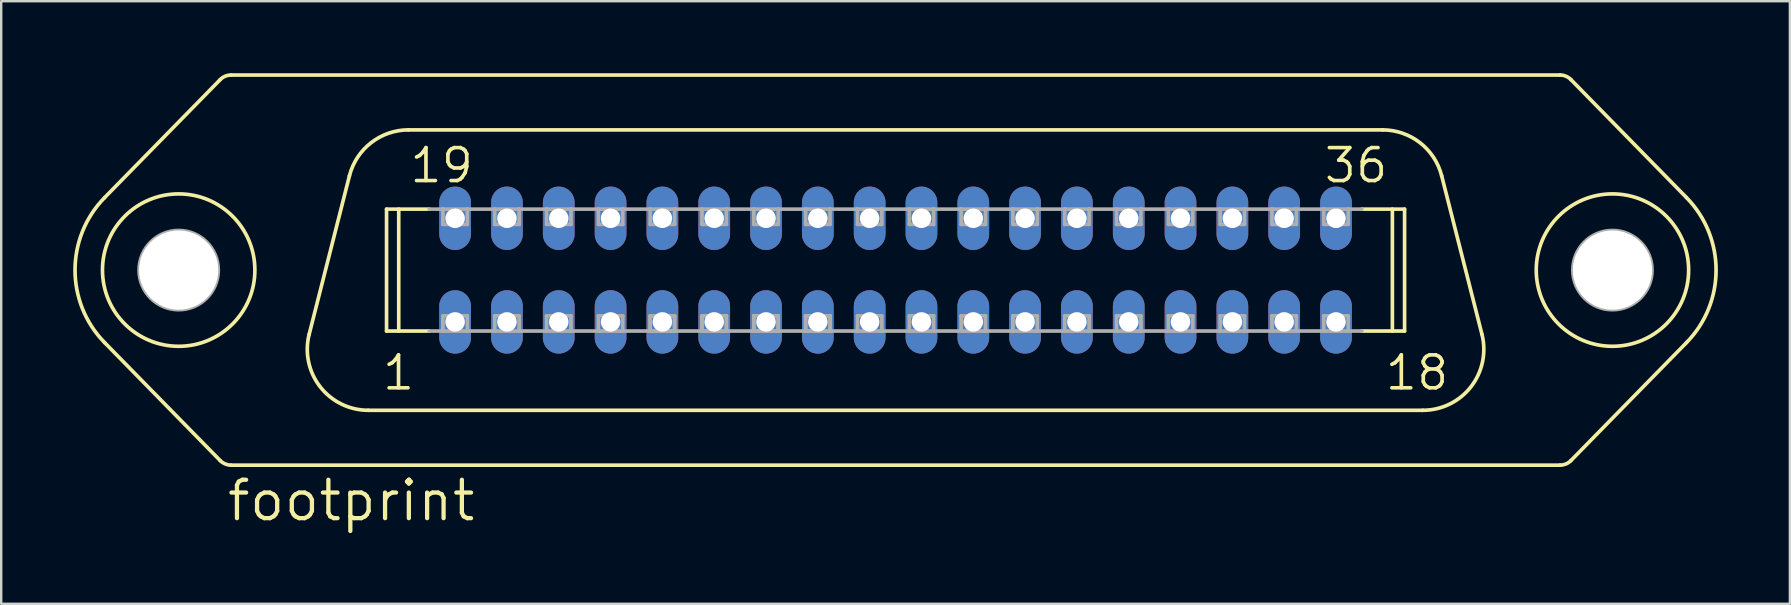
<source format=kicad_pcb>
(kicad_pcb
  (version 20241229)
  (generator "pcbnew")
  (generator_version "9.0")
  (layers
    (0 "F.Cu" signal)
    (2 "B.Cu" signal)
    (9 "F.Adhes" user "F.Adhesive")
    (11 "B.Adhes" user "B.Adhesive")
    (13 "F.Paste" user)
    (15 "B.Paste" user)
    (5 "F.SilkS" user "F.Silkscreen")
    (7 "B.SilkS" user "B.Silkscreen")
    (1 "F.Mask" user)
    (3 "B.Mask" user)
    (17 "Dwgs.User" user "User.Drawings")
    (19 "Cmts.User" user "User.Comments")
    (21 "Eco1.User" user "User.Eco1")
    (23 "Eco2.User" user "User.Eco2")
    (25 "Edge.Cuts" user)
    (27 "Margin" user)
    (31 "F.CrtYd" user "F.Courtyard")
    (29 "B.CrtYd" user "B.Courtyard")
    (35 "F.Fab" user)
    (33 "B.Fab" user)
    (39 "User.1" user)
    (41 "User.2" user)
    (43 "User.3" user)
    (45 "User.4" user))
  (footprint "footprint"
    (layer "F.Cu")
    (at 34.265 8.204)
    (property "Reference" "footprint" (at -27.94 10.541 0) (layer "F.SilkS") (effects (font (size 1.6 1.6) (thickness 0.178)) (justify left bottom)))
    (fp_line (start -28.14 -7.937) (end -32.955 -3.022) (stroke (width 0.152) (type solid)) (layer "F.SilkS"))
    (fp_line (start -28.14 7.937) (end -32.955 3.022) (stroke (width 0.152) (type solid)) (layer "F.SilkS"))
    (fp_line (start -27.686 -8.128) (end 27.686 -8.128) (stroke (width 0.152) (type solid)) (layer "F.SilkS"))
    (fp_line (start -27.686 8.128) (end 27.686 8.128) (stroke (width 0.152) (type solid)) (layer "F.SilkS"))
    (fp_line (start -22.755 -3.928) (end -24.433 2.676) (stroke (width 0.152) (type solid)) (layer "F.SilkS"))
    (fp_line (start -21.971 5.842) (end 21.971 5.842) (stroke (width 0.152) (type solid)) (layer "F.SilkS"))
    (fp_line (start -21.209 -2.54) (end -19.429 -2.54) (stroke (width 0.152) (type solid)) (layer "F.SilkS"))
    (fp_line (start -21.209 2.54) (end -21.209 -2.54) (stroke (width 0.152) (type solid)) (layer "F.SilkS"))
    (fp_line (start -21.209 2.54) (end -19.429 2.54) (stroke (width 0.152) (type solid)) (layer "F.SilkS"))
    (fp_line (start -20.701 2.54) (end -20.701 -2.54) (stroke (width 0.152) (type solid)) (layer "F.SilkS"))
    (fp_line (start -20.293 -5.842) (end 20.293 -5.842) (stroke (width 0.152) (type solid)) (layer "F.SilkS"))
    (fp_line (start 19.429 -2.54) (end 21.209 -2.54) (stroke (width 0.152) (type solid)) (layer "F.SilkS"))
    (fp_line (start 19.429 2.54) (end 21.209 2.54) (stroke (width 0.152) (type solid)) (layer "F.SilkS"))
    (fp_line (start 20.701 2.54) (end 20.701 -2.54) (stroke (width 0.152) (type solid)) (layer "F.SilkS"))
    (fp_line (start 21.209 2.54) (end 21.209 -2.54) (stroke (width 0.152) (type solid)) (layer "F.SilkS"))
    (fp_line (start 22.755 -3.928) (end 24.433 2.676) (stroke (width 0.152) (type solid)) (layer "F.SilkS"))
    (fp_line (start 28.14 -7.937) (end 32.955 -3.022) (stroke (width 0.152) (type solid)) (layer "F.SilkS"))
    (fp_line (start 28.14 7.937) (end 32.955 3.022) (stroke (width 0.152) (type solid)) (layer "F.SilkS"))
    (fp_arc (start -32.954999 3.022001) (mid -34.188365 0.000401) (end -32.955 -3.0212) (stroke (width 0.1524) (type solid)) (layer "F.SilkS"))
    (fp_arc (start -28.14 -7.937) (mid -27.93241 -8.078018) (end -27.6864 -8.1276) (stroke (width 0.1524) (type solid)) (layer "F.SilkS"))
    (fp_arc (start -27.6864 8.1276) (mid -27.93241 8.078018) (end -28.14 7.937) (stroke (width 0.1524) (type solid)) (layer "F.SilkS"))
    (fp_arc (start -22.755 -3.928) (mid -21.852487 -5.307487) (end -20.293199 -5.842401) (stroke (width 0.1524) (type solid)) (layer "F.SilkS"))
    (fp_arc (start -21.971198 5.8416) (mid -23.976285 4.860864) (end -24.433 2.676) (stroke (width 0.1524) (type solid)) (layer "F.SilkS"))
    (fp_arc (start 20.293 -5.842) (mid 21.852288 -5.307086) (end 22.7548 -3.927599) (stroke (width 0.1524) (type solid)) (layer "F.SilkS"))
    (fp_arc (start 24.433 2.675998) (mid 23.976287 4.860862) (end 21.9712 5.8416) (stroke (width 0.1524) (type solid)) (layer "F.SilkS"))
    (fp_arc (start 27.6864 -8.1276) (mid 27.93241 -8.078018) (end 28.14 -7.937) (stroke (width 0.1524) (type solid)) (layer "F.SilkS"))
    (fp_arc (start 28.14 7.937) (mid 27.93241 8.078018) (end 27.6864 8.1276) (stroke (width 0.1524) (type solid)) (layer "F.SilkS"))
    (fp_arc (start 32.954999 -3.021201) (mid 34.188365 0.000399) (end 32.955 3.022) (stroke (width 0.1524) (type solid)) (layer "F.SilkS"))
    (fp_circle (center -29.87 0) (end -26.695 0) (stroke (width 0.152) (type solid)) (fill no) (layer "F.SilkS"))
    (fp_circle (center 29.87 0) (end 33.045 0) (stroke (width 0.152) (type solid)) (fill no) (layer "F.SilkS"))
    (fp_line (start -19.429 -2.54) (end -18.86 -2.54) (stroke (width 0.152) (type solid)) (layer "F.Fab"))
    (fp_line (start -19.429 2.54) (end -18.86 2.54) (stroke (width 0.152) (type solid)) (layer "F.Fab"))
    (fp_line (start -18.86 -2.54) (end -17.843 -2.54) (stroke (width 0.152) (type solid)) (layer "F.Fab"))
    (fp_line (start -18.86 -1.905) (end -18.86 -2.54) (stroke (width 0.152) (type solid)) (layer "F.Fab"))
    (fp_line (start -18.86 1.905) (end -17.843 1.905) (stroke (width 0.152) (type solid)) (layer "F.Fab"))
    (fp_line (start -18.86 2.54) (end -18.86 1.905) (stroke (width 0.152) (type solid)) (layer "F.Fab"))
    (fp_line (start -17.843 -2.54) (end -17.843 -1.905) (stroke (width 0.152) (type solid)) (layer "F.Fab"))
    (fp_line (start -17.843 -2.54) (end -16.701 -2.54) (stroke (width 0.152) (type solid)) (layer "F.Fab"))
    (fp_line (start -17.843 -1.905) (end -18.86 -1.905) (stroke (width 0.152) (type solid)) (layer "F.Fab"))
    (fp_line (start -17.843 1.905) (end -17.843 2.54) (stroke (width 0.152) (type solid)) (layer "F.Fab"))
    (fp_line (start -17.843 2.54) (end -18.86 2.54) (stroke (width 0.152) (type solid)) (layer "F.Fab"))
    (fp_line (start -17.843 2.54) (end -16.701 2.54) (stroke (width 0.152) (type solid)) (layer "F.Fab"))
    (fp_line (start -16.701 -2.54) (end -15.684 -2.54) (stroke (width 0.152) (type solid)) (layer "F.Fab"))
    (fp_line (start -16.701 -1.905) (end -16.701 -2.54) (stroke (width 0.152) (type solid)) (layer "F.Fab"))
    (fp_line (start -16.701 1.905) (end -15.684 1.905) (stroke (width 0.152) (type solid)) (layer "F.Fab"))
    (fp_line (start -16.701 2.54) (end -16.701 1.905) (stroke (width 0.152) (type solid)) (layer "F.Fab"))
    (fp_line (start -15.684 -2.54) (end -15.684 -1.905) (stroke (width 0.152) (type solid)) (layer "F.Fab"))
    (fp_line (start -15.684 -2.54) (end -14.541 -2.54) (stroke (width 0.152) (type solid)) (layer "F.Fab"))
    (fp_line (start -15.684 -1.905) (end -16.701 -1.905) (stroke (width 0.152) (type solid)) (layer "F.Fab"))
    (fp_line (start -15.684 1.905) (end -15.684 2.54) (stroke (width 0.152) (type solid)) (layer "F.Fab"))
    (fp_line (start -15.684 2.54) (end -16.701 2.54) (stroke (width 0.152) (type solid)) (layer "F.Fab"))
    (fp_line (start -15.684 2.54) (end -14.541 2.54) (stroke (width 0.152) (type solid)) (layer "F.Fab"))
    (fp_line (start -14.541 -2.54) (end -13.525 -2.54) (stroke (width 0.152) (type solid)) (layer "F.Fab"))
    (fp_line (start -14.541 -1.905) (end -14.541 -2.54) (stroke (width 0.152) (type solid)) (layer "F.Fab"))
    (fp_line (start -14.541 1.905) (end -13.525 1.905) (stroke (width 0.152) (type solid)) (layer "F.Fab"))
    (fp_line (start -14.541 2.54) (end -14.541 1.905) (stroke (width 0.152) (type solid)) (layer "F.Fab"))
    (fp_line (start -13.525 -2.54) (end -13.525 -1.905) (stroke (width 0.152) (type solid)) (layer "F.Fab"))
    (fp_line (start -13.525 -2.54) (end -12.383 -2.54) (stroke (width 0.152) (type solid)) (layer "F.Fab"))
    (fp_line (start -13.525 -1.905) (end -14.541 -1.905) (stroke (width 0.152) (type solid)) (layer "F.Fab"))
    (fp_line (start -13.525 1.905) (end -13.525 2.54) (stroke (width 0.152) (type solid)) (layer "F.Fab"))
    (fp_line (start -13.525 2.54) (end -14.541 2.54) (stroke (width 0.152) (type solid)) (layer "F.Fab"))
    (fp_line (start -13.525 2.54) (end -12.383 2.54) (stroke (width 0.152) (type solid)) (layer "F.Fab"))
    (fp_line (start -12.383 -2.54) (end -11.367 -2.54) (stroke (width 0.152) (type solid)) (layer "F.Fab"))
    (fp_line (start -12.383 -1.905) (end -12.383 -2.54) (stroke (width 0.152) (type solid)) (layer "F.Fab"))
    (fp_line (start -12.383 1.905) (end -11.367 1.905) (stroke (width 0.152) (type solid)) (layer "F.Fab"))
    (fp_line (start -12.383 2.54) (end -12.383 1.905) (stroke (width 0.152) (type solid)) (layer "F.Fab"))
    (fp_line (start -11.367 -2.54) (end -11.367 -1.905) (stroke (width 0.152) (type solid)) (layer "F.Fab"))
    (fp_line (start -11.367 -2.54) (end -10.223 -2.54) (stroke (width 0.152) (type solid)) (layer "F.Fab"))
    (fp_line (start -11.367 -1.905) (end -12.383 -1.905) (stroke (width 0.152) (type solid)) (layer "F.Fab"))
    (fp_line (start -11.367 1.905) (end -11.367 2.54) (stroke (width 0.152) (type solid)) (layer "F.Fab"))
    (fp_line (start -11.367 2.54) (end -12.383 2.54) (stroke (width 0.152) (type solid)) (layer "F.Fab"))
    (fp_line (start -11.367 2.54) (end -10.223 2.54) (stroke (width 0.152) (type solid)) (layer "F.Fab"))
    (fp_line (start -10.223 -2.54) (end -9.207 -2.54) (stroke (width 0.152) (type solid)) (layer "F.Fab"))
    (fp_line (start -10.223 -1.905) (end -10.223 -2.54) (stroke (width 0.152) (type solid)) (layer "F.Fab"))
    (fp_line (start -10.223 1.905) (end -9.207 1.905) (stroke (width 0.152) (type solid)) (layer "F.Fab"))
    (fp_line (start -10.223 1.905) (end -9.207 1.905) (stroke (width 0.152) (type solid)) (layer "F.Fab"))
    (fp_line (start -10.223 2.54) (end -10.223 1.905) (stroke (width 0.152) (type solid)) (layer "F.Fab"))
    (fp_line (start -10.223 2.54) (end -10.223 1.905) (stroke (width 0.152) (type solid)) (layer "F.Fab"))
    (fp_line (start -9.207 -2.54) (end -9.207 -1.905) (stroke (width 0.152) (type solid)) (layer "F.Fab"))
    (fp_line (start -9.207 -2.54) (end -8.065 -2.54) (stroke (width 0.152) (type solid)) (layer "F.Fab"))
    (fp_line (start -9.207 -1.905) (end -10.223 -1.905) (stroke (width 0.152) (type solid)) (layer "F.Fab"))
    (fp_line (start -9.207 1.905) (end -9.207 2.54) (stroke (width 0.152) (type solid)) (layer "F.Fab"))
    (fp_line (start -9.207 1.905) (end -9.207 2.54) (stroke (width 0.152) (type solid)) (layer "F.Fab"))
    (fp_line (start -9.207 2.54) (end -10.223 2.54) (stroke (width 0.152) (type solid)) (layer "F.Fab"))
    (fp_line (start -9.207 2.54) (end -10.223 2.54) (stroke (width 0.152) (type solid)) (layer "F.Fab"))
    (fp_line (start -9.207 2.54) (end -8.065 2.54) (stroke (width 0.152) (type solid)) (layer "F.Fab"))
    (fp_line (start -8.065 -2.54) (end -7.048 -2.54) (stroke (width 0.152) (type solid)) (layer "F.Fab"))
    (fp_line (start -8.065 -1.905) (end -8.065 -2.54) (stroke (width 0.152) (type solid)) (layer "F.Fab"))
    (fp_line (start -8.065 1.905) (end -7.048 1.905) (stroke (width 0.152) (type solid)) (layer "F.Fab"))
    (fp_line (start -8.065 1.905) (end -7.048 1.905) (stroke (width 0.152) (type solid)) (layer "F.Fab"))
    (fp_line (start -8.065 2.54) (end -8.065 1.905) (stroke (width 0.152) (type solid)) (layer "F.Fab"))
    (fp_line (start -8.065 2.54) (end -8.065 1.905) (stroke (width 0.152) (type solid)) (layer "F.Fab"))
    (fp_line (start -7.048 -2.54) (end -7.048 -1.905) (stroke (width 0.152) (type solid)) (layer "F.Fab"))
    (fp_line (start -7.048 -2.54) (end -5.905 -2.54) (stroke (width 0.152) (type solid)) (layer "F.Fab"))
    (fp_line (start -7.048 -1.905) (end -8.065 -1.905) (stroke (width 0.152) (type solid)) (layer "F.Fab"))
    (fp_line (start -7.048 1.905) (end -7.048 2.54) (stroke (width 0.152) (type solid)) (layer "F.Fab"))
    (fp_line (start -7.048 1.905) (end -7.048 2.54) (stroke (width 0.152) (type solid)) (layer "F.Fab"))
    (fp_line (start -7.048 2.54) (end -8.065 2.54) (stroke (width 0.152) (type solid)) (layer "F.Fab"))
    (fp_line (start -7.048 2.54) (end -8.065 2.54) (stroke (width 0.152) (type solid)) (layer "F.Fab"))
    (fp_line (start -7.048 2.54) (end -5.905 2.54) (stroke (width 0.152) (type solid)) (layer "F.Fab"))
    (fp_line (start -5.905 -2.54) (end -4.889 -2.54) (stroke (width 0.152) (type solid)) (layer "F.Fab"))
    (fp_line (start -5.905 -1.905) (end -5.905 -2.54) (stroke (width 0.152) (type solid)) (layer "F.Fab"))
    (fp_line (start -5.905 1.905) (end -4.889 1.905) (stroke (width 0.152) (type solid)) (layer "F.Fab"))
    (fp_line (start -5.905 1.905) (end -4.889 1.905) (stroke (width 0.152) (type solid)) (layer "F.Fab"))
    (fp_line (start -5.905 2.54) (end -5.905 1.905) (stroke (width 0.152) (type solid)) (layer "F.Fab"))
    (fp_line (start -5.905 2.54) (end -5.905 1.905) (stroke (width 0.152) (type solid)) (layer "F.Fab"))
    (fp_line (start -4.889 -2.54) (end -4.889 -1.905) (stroke (width 0.152) (type solid)) (layer "F.Fab"))
    (fp_line (start -4.889 -2.54) (end -3.747 -2.54) (stroke (width 0.152) (type solid)) (layer "F.Fab"))
    (fp_line (start -4.889 -1.905) (end -5.905 -1.905) (stroke (width 0.152) (type solid)) (layer "F.Fab"))
    (fp_line (start -4.889 1.905) (end -4.889 2.54) (stroke (width 0.152) (type solid)) (layer "F.Fab"))
    (fp_line (start -4.889 1.905) (end -4.889 2.54) (stroke (width 0.152) (type solid)) (layer "F.Fab"))
    (fp_line (start -4.889 2.54) (end -5.905 2.54) (stroke (width 0.152) (type solid)) (layer "F.Fab"))
    (fp_line (start -4.889 2.54) (end -5.905 2.54) (stroke (width 0.152) (type solid)) (layer "F.Fab"))
    (fp_line (start -4.889 2.54) (end -3.747 2.54) (stroke (width 0.152) (type solid)) (layer "F.Fab"))
    (fp_line (start -3.747 -2.54) (end -2.731 -2.54) (stroke (width 0.152) (type solid)) (layer "F.Fab"))
    (fp_line (start -3.747 -1.905) (end -3.747 -2.54) (stroke (width 0.152) (type solid)) (layer "F.Fab"))
    (fp_line (start -3.747 1.905) (end -2.731 1.905) (stroke (width 0.152) (type solid)) (layer "F.Fab"))
    (fp_line (start -3.747 1.905) (end -2.731 1.905) (stroke (width 0.152) (type solid)) (layer "F.Fab"))
    (fp_line (start -3.747 2.54) (end -3.747 1.905) (stroke (width 0.152) (type solid)) (layer "F.Fab"))
    (fp_line (start -3.747 2.54) (end -3.747 1.905) (stroke (width 0.152) (type solid)) (layer "F.Fab"))
    (fp_line (start -2.731 -2.54) (end -2.731 -1.905) (stroke (width 0.152) (type solid)) (layer "F.Fab"))
    (fp_line (start -2.731 -2.54) (end -1.587 -2.54) (stroke (width 0.152) (type solid)) (layer "F.Fab"))
    (fp_line (start -2.731 -1.905) (end -3.747 -1.905) (stroke (width 0.152) (type solid)) (layer "F.Fab"))
    (fp_line (start -2.731 1.905) (end -2.731 2.54) (stroke (width 0.152) (type solid)) (layer "F.Fab"))
    (fp_line (start -2.731 1.905) (end -2.731 2.54) (stroke (width 0.152) (type solid)) (layer "F.Fab"))
    (fp_line (start -2.731 2.54) (end -3.747 2.54) (stroke (width 0.152) (type solid)) (layer "F.Fab"))
    (fp_line (start -2.731 2.54) (end -3.747 2.54) (stroke (width 0.152) (type solid)) (layer "F.Fab"))
    (fp_line (start -2.731 2.54) (end -1.587 2.54) (stroke (width 0.152) (type solid)) (layer "F.Fab"))
    (fp_line (start -1.587 -2.54) (end -0.572 -2.54) (stroke (width 0.152) (type solid)) (layer "F.Fab"))
    (fp_line (start -1.587 -1.905) (end -1.587 -2.54) (stroke (width 0.152) (type solid)) (layer "F.Fab"))
    (fp_line (start -1.587 1.905) (end -0.572 1.905) (stroke (width 0.152) (type solid)) (layer "F.Fab"))
    (fp_line (start -1.587 2.54) (end -1.587 1.905) (stroke (width 0.152) (type solid)) (layer "F.Fab"))
    (fp_line (start -0.572 -2.54) (end -0.572 -1.905) (stroke (width 0.152) (type solid)) (layer "F.Fab"))
    (fp_line (start -0.572 -2.54) (end 0.572 -2.54) (stroke (width 0.152) (type solid)) (layer "F.Fab"))
    (fp_line (start -0.572 -1.905) (end -1.587 -1.905) (stroke (width 0.152) (type solid)) (layer "F.Fab"))
    (fp_line (start -0.572 1.905) (end -0.572 2.54) (stroke (width 0.152) (type solid)) (layer "F.Fab"))
    (fp_line (start -0.572 2.54) (end -1.587 2.54) (stroke (width 0.152) (type solid)) (layer "F.Fab"))
    (fp_line (start -0.572 2.54) (end 0.572 2.54) (stroke (width 0.152) (type solid)) (layer "F.Fab"))
    (fp_line (start 0.572 -2.54) (end 1.587 -2.54) (stroke (width 0.152) (type solid)) (layer "F.Fab"))
    (fp_line (start 0.572 -1.905) (end 0.572 -2.54) (stroke (width 0.152) (type solid)) (layer "F.Fab"))
    (fp_line (start 0.572 1.905) (end 1.587 1.905) (stroke (width 0.152) (type solid)) (layer "F.Fab"))
    (fp_line (start 0.572 2.54) (end 0.572 1.905) (stroke (width 0.152) (type solid)) (layer "F.Fab"))
    (fp_line (start 1.587 -2.54) (end 1.587 -1.905) (stroke (width 0.152) (type solid)) (layer "F.Fab"))
    (fp_line (start 1.587 -2.54) (end 2.731 -2.54) (stroke (width 0.152) (type solid)) (layer "F.Fab"))
    (fp_line (start 1.587 -1.905) (end 0.572 -1.905) (stroke (width 0.152) (type solid)) (layer "F.Fab"))
    (fp_line (start 1.587 1.905) (end 1.587 2.54) (stroke (width 0.152) (type solid)) (layer "F.Fab"))
    (fp_line (start 1.587 2.54) (end 0.572 2.54) (stroke (width 0.152) (type solid)) (layer "F.Fab"))
    (fp_line (start 1.587 2.54) (end 2.731 2.54) (stroke (width 0.152) (type solid)) (layer "F.Fab"))
    (fp_line (start 2.731 -2.54) (end 3.747 -2.54) (stroke (width 0.152) (type solid)) (layer "F.Fab"))
    (fp_line (start 2.731 -1.905) (end 2.731 -2.54) (stroke (width 0.152) (type solid)) (layer "F.Fab"))
    (fp_line (start 2.731 1.905) (end 3.747 1.905) (stroke (width 0.152) (type solid)) (layer "F.Fab"))
    (fp_line (start 2.731 2.54) (end 2.731 1.905) (stroke (width 0.152) (type solid)) (layer "F.Fab"))
    (fp_line (start 3.747 -2.54) (end 3.747 -1.905) (stroke (width 0.152) (type solid)) (layer "F.Fab"))
    (fp_line (start 3.747 -2.54) (end 4.889 -2.54) (stroke (width 0.152) (type solid)) (layer "F.Fab"))
    (fp_line (start 3.747 -1.905) (end 2.731 -1.905) (stroke (width 0.152) (type solid)) (layer "F.Fab"))
    (fp_line (start 3.747 1.905) (end 3.747 2.54) (stroke (width 0.152) (type solid)) (layer "F.Fab"))
    (fp_line (start 3.747 2.54) (end 2.731 2.54) (stroke (width 0.152) (type solid)) (layer "F.Fab"))
    (fp_line (start 3.747 2.54) (end 4.889 2.54) (stroke (width 0.152) (type solid)) (layer "F.Fab"))
    (fp_line (start 4.889 -2.54) (end 5.905 -2.54) (stroke (width 0.152) (type solid)) (layer "F.Fab"))
    (fp_line (start 4.889 -1.905) (end 4.889 -2.54) (stroke (width 0.152) (type solid)) (layer "F.Fab"))
    (fp_line (start 4.889 1.905) (end 5.905 1.905) (stroke (width 0.152) (type solid)) (layer "F.Fab"))
    (fp_line (start 4.889 2.54) (end 4.889 1.905) (stroke (width 0.152) (type solid)) (layer "F.Fab"))
    (fp_line (start 5.905 -2.54) (end 5.905 -1.905) (stroke (width 0.152) (type solid)) (layer "F.Fab"))
    (fp_line (start 5.905 -2.54) (end 7.048 -2.54) (stroke (width 0.152) (type solid)) (layer "F.Fab"))
    (fp_line (start 5.905 -1.905) (end 4.889 -1.905) (stroke (width 0.152) (type solid)) (layer "F.Fab"))
    (fp_line (start 5.905 1.905) (end 5.905 2.54) (stroke (width 0.152) (type solid)) (layer "F.Fab"))
    (fp_line (start 5.905 2.54) (end 4.889 2.54) (stroke (width 0.152) (type solid)) (layer "F.Fab"))
    (fp_line (start 5.905 2.54) (end 7.048 2.54) (stroke (width 0.152) (type solid)) (layer "F.Fab"))
    (fp_line (start 7.048 -2.54) (end 8.065 -2.54) (stroke (width 0.152) (type solid)) (layer "F.Fab"))
    (fp_line (start 7.048 -1.905) (end 7.048 -2.54) (stroke (width 0.152) (type solid)) (layer "F.Fab"))
    (fp_line (start 7.048 1.905) (end 8.065 1.905) (stroke (width 0.152) (type solid)) (layer "F.Fab"))
    (fp_line (start 7.048 2.54) (end 7.048 1.905) (stroke (width 0.152) (type solid)) (layer "F.Fab"))
    (fp_line (start 8.065 -2.54) (end 8.065 -1.905) (stroke (width 0.152) (type solid)) (layer "F.Fab"))
    (fp_line (start 8.065 -2.54) (end 9.207 -2.54) (stroke (width 0.152) (type solid)) (layer "F.Fab"))
    (fp_line (start 8.065 -1.905) (end 7.048 -1.905) (stroke (width 0.152) (type solid)) (layer "F.Fab"))
    (fp_line (start 8.065 1.905) (end 8.065 2.54) (stroke (width 0.152) (type solid)) (layer "F.Fab"))
    (fp_line (start 8.065 2.54) (end 7.048 2.54) (stroke (width 0.152) (type solid)) (layer "F.Fab"))
    (fp_line (start 8.065 2.54) (end 9.207 2.54) (stroke (width 0.152) (type solid)) (layer "F.Fab"))
    (fp_line (start 9.207 -2.54) (end 10.223 -2.54) (stroke (width 0.152) (type solid)) (layer "F.Fab"))
    (fp_line (start 9.207 -1.905) (end 9.207 -2.54) (stroke (width 0.152) (type solid)) (layer "F.Fab"))
    (fp_line (start 9.207 1.905) (end 10.223 1.905) (stroke (width 0.152) (type solid)) (layer "F.Fab"))
    (fp_line (start 9.207 2.54) (end 9.207 1.905) (stroke (width 0.152) (type solid)) (layer "F.Fab"))
    (fp_line (start 10.223 -2.54) (end 10.223 -1.905) (stroke (width 0.152) (type solid)) (layer "F.Fab"))
    (fp_line (start 10.223 -2.54) (end 11.367 -2.54) (stroke (width 0.152) (type solid)) (layer "F.Fab"))
    (fp_line (start 10.223 -1.905) (end 9.207 -1.905) (stroke (width 0.152) (type solid)) (layer "F.Fab"))
    (fp_line (start 10.223 1.905) (end 10.223 2.54) (stroke (width 0.152) (type solid)) (layer "F.Fab"))
    (fp_line (start 10.223 2.54) (end 9.207 2.54) (stroke (width 0.152) (type solid)) (layer "F.Fab"))
    (fp_line (start 10.223 2.54) (end 11.367 2.54) (stroke (width 0.152) (type solid)) (layer "F.Fab"))
    (fp_line (start 11.367 -2.54) (end 12.383 -2.54) (stroke (width 0.152) (type solid)) (layer "F.Fab"))
    (fp_line (start 11.367 -1.905) (end 11.367 -2.54) (stroke (width 0.152) (type solid)) (layer "F.Fab"))
    (fp_line (start 11.367 1.905) (end 12.383 1.905) (stroke (width 0.152) (type solid)) (layer "F.Fab"))
    (fp_line (start 11.367 2.54) (end 11.367 1.905) (stroke (width 0.152) (type solid)) (layer "F.Fab"))
    (fp_line (start 12.383 -2.54) (end 12.383 -1.905) (stroke (width 0.152) (type solid)) (layer "F.Fab"))
    (fp_line (start 12.383 -2.54) (end 13.525 -2.54) (stroke (width 0.152) (type solid)) (layer "F.Fab"))
    (fp_line (start 12.383 -1.905) (end 11.367 -1.905) (stroke (width 0.152) (type solid)) (layer "F.Fab"))
    (fp_line (start 12.383 1.905) (end 12.383 2.54) (stroke (width 0.152) (type solid)) (layer "F.Fab"))
    (fp_line (start 12.383 2.54) (end 11.367 2.54) (stroke (width 0.152) (type solid)) (layer "F.Fab"))
    (fp_line (start 12.383 2.54) (end 13.525 2.54) (stroke (width 0.152) (type solid)) (layer "F.Fab"))
    (fp_line (start 13.525 -2.54) (end 14.541 -2.54) (stroke (width 0.152) (type solid)) (layer "F.Fab"))
    (fp_line (start 13.525 -1.905) (end 13.525 -2.54) (stroke (width 0.152) (type solid)) (layer "F.Fab"))
    (fp_line (start 13.525 1.905) (end 14.541 1.905) (stroke (width 0.152) (type solid)) (layer "F.Fab"))
    (fp_line (start 13.525 2.54) (end 13.525 1.905) (stroke (width 0.152) (type solid)) (layer "F.Fab"))
    (fp_line (start 14.541 -2.54) (end 14.541 -1.905) (stroke (width 0.152) (type solid)) (layer "F.Fab"))
    (fp_line (start 14.541 -2.54) (end 15.684 -2.54) (stroke (width 0.152) (type solid)) (layer "F.Fab"))
    (fp_line (start 14.541 -1.905) (end 13.525 -1.905) (stroke (width 0.152) (type solid)) (layer "F.Fab"))
    (fp_line (start 14.541 1.905) (end 14.541 2.54) (stroke (width 0.152) (type solid)) (layer "F.Fab"))
    (fp_line (start 14.541 2.54) (end 13.525 2.54) (stroke (width 0.152) (type solid)) (layer "F.Fab"))
    (fp_line (start 14.541 2.54) (end 15.684 2.54) (stroke (width 0.152) (type solid)) (layer "F.Fab"))
    (fp_line (start 15.684 -2.54) (end 16.701 -2.54) (stroke (width 0.152) (type solid)) (layer "F.Fab"))
    (fp_line (start 15.684 -1.905) (end 15.684 -2.54) (stroke (width 0.152) (type solid)) (layer "F.Fab"))
    (fp_line (start 15.684 1.905) (end 16.701 1.905) (stroke (width 0.152) (type solid)) (layer "F.Fab"))
    (fp_line (start 15.684 2.54) (end 15.684 1.905) (stroke (width 0.152) (type solid)) (layer "F.Fab"))
    (fp_line (start 16.701 -2.54) (end 16.701 -1.905) (stroke (width 0.152) (type solid)) (layer "F.Fab"))
    (fp_line (start 16.701 -2.54) (end 17.843 -2.54) (stroke (width 0.152) (type solid)) (layer "F.Fab"))
    (fp_line (start 16.701 -1.905) (end 15.684 -1.905) (stroke (width 0.152) (type solid)) (layer "F.Fab"))
    (fp_line (start 16.701 1.905) (end 16.701 2.54) (stroke (width 0.152) (type solid)) (layer "F.Fab"))
    (fp_line (start 16.701 2.54) (end 15.684 2.54) (stroke (width 0.152) (type solid)) (layer "F.Fab"))
    (fp_line (start 16.701 2.54) (end 17.843 2.54) (stroke (width 0.152) (type solid)) (layer "F.Fab"))
    (fp_line (start 17.843 -2.54) (end 18.86 -2.54) (stroke (width 0.152) (type solid)) (layer "F.Fab"))
    (fp_line (start 17.843 -1.905) (end 17.843 -2.54) (stroke (width 0.152) (type solid)) (layer "F.Fab"))
    (fp_line (start 17.843 1.905) (end 18.86 1.905) (stroke (width 0.152) (type solid)) (layer "F.Fab"))
    (fp_line (start 17.843 2.54) (end 17.843 1.905) (stroke (width 0.152) (type solid)) (layer "F.Fab"))
    (fp_line (start 18.86 -2.54) (end 18.86 -1.905) (stroke (width 0.152) (type solid)) (layer "F.Fab"))
    (fp_line (start 18.86 -2.54) (end 19.429 -2.54) (stroke (width 0.152) (type solid)) (layer "F.Fab"))
    (fp_line (start 18.86 -1.905) (end 17.843 -1.905) (stroke (width 0.152) (type solid)) (layer "F.Fab"))
    (fp_line (start 18.86 1.905) (end 18.86 2.54) (stroke (width 0.152) (type solid)) (layer "F.Fab"))
    (fp_line (start 18.86 2.54) (end 17.843 2.54) (stroke (width 0.152) (type solid)) (layer "F.Fab"))
    (fp_line (start 18.86 2.54) (end 19.429 2.54) (stroke (width 0.152) (type solid)) (layer "F.Fab"))
    (fp_circle (center -29.87 0) (end -28.219 0) (stroke (width 0.152) (type solid)) (fill no) (layer "F.Fab"))
    (fp_circle (center 29.87 0) (end 31.521 0) (stroke (width 0.152) (type solid)) (fill no) (layer "F.Fab"))
    (fp_poly (pts (xy -18.86 -1.905) (xy -17.843 -1.905) (xy -17.843 -2.54) (xy -18.86 -2.54)) (stroke (width 0.1) (type solid)) (fill no) (layer "F.Fab"))
    (fp_poly (pts (xy -18.86 2.54) (xy -17.843 2.54) (xy -17.843 1.905) (xy -18.86 1.905)) (stroke (width 0.1) (type solid)) (fill no) (layer "F.Fab"))
    (fp_poly (pts (xy -16.701 -1.905) (xy -15.684 -1.905) (xy -15.684 -2.54) (xy -16.701 -2.54)) (stroke (width 0.1) (type solid)) (fill no) (layer "F.Fab"))
    (fp_poly (pts (xy -16.701 2.54) (xy -15.684 2.54) (xy -15.684 1.905) (xy -16.701 1.905)) (stroke (width 0.1) (type solid)) (fill no) (layer "F.Fab"))
    (fp_poly (pts (xy -14.541 -1.905) (xy -13.525 -1.905) (xy -13.525 -2.54) (xy -14.541 -2.54)) (stroke (width 0.1) (type solid)) (fill no) (layer "F.Fab"))
    (fp_poly (pts (xy -14.541 2.54) (xy -13.525 2.54) (xy -13.525 1.905) (xy -14.541 1.905)) (stroke (width 0.1) (type solid)) (fill no) (layer "F.Fab"))
    (fp_poly (pts (xy -12.383 -1.905) (xy -11.367 -1.905) (xy -11.367 -2.54) (xy -12.383 -2.54)) (stroke (width 0.1) (type solid)) (fill no) (layer "F.Fab"))
    (fp_poly (pts (xy -12.383 2.54) (xy -11.367 2.54) (xy -11.367 1.905) (xy -12.383 1.905)) (stroke (width 0.1) (type solid)) (fill no) (layer "F.Fab"))
    (fp_poly (pts (xy -10.223 -1.905) (xy -9.207 -1.905) (xy -9.207 -2.54) (xy -10.223 -2.54)) (stroke (width 0.1) (type solid)) (fill no) (layer "F.Fab"))
    (fp_poly (pts (xy -10.223 2.54) (xy -9.207 2.54) (xy -9.207 1.905) (xy -10.223 1.905)) (stroke (width 0.1) (type solid)) (fill no) (layer "F.Fab"))
    (fp_poly (pts (xy -8.065 -1.905) (xy -7.048 -1.905) (xy -7.048 -2.54) (xy -8.065 -2.54)) (stroke (width 0.1) (type solid)) (fill no) (layer "F.Fab"))
    (fp_poly (pts (xy -8.065 2.54) (xy -7.048 2.54) (xy -7.048 1.905) (xy -8.065 1.905)) (stroke (width 0.1) (type solid)) (fill no) (layer "F.Fab"))
    (fp_poly (pts (xy -5.905 -1.905) (xy -4.889 -1.905) (xy -4.889 -2.54) (xy -5.905 -2.54)) (stroke (width 0.1) (type solid)) (fill no) (layer "F.Fab"))
    (fp_poly (pts (xy -5.905 2.54) (xy -4.889 2.54) (xy -4.889 1.905) (xy -5.905 1.905)) (stroke (width 0.1) (type solid)) (fill no) (layer "F.Fab"))
    (fp_poly (pts (xy -3.747 -1.905) (xy -2.731 -1.905) (xy -2.731 -2.54) (xy -3.747 -2.54)) (stroke (width 0.1) (type solid)) (fill no) (layer "F.Fab"))
    (fp_poly (pts (xy -3.747 2.54) (xy -2.731 2.54) (xy -2.731 1.905) (xy -3.747 1.905)) (stroke (width 0.1) (type solid)) (fill no) (layer "F.Fab"))
    (fp_poly (pts (xy -1.587 -1.905) (xy -0.572 -1.905) (xy -0.572 -2.54) (xy -1.587 -2.54)) (stroke (width 0.1) (type solid)) (fill no) (layer "F.Fab"))
    (fp_poly (pts (xy -1.587 2.54) (xy -0.572 2.54) (xy -0.572 1.905) (xy -1.587 1.905)) (stroke (width 0.1) (type solid)) (fill no) (layer "F.Fab"))
    (fp_poly (pts (xy 0.572 -1.905) (xy 1.587 -1.905) (xy 1.587 -2.54) (xy 0.572 -2.54)) (stroke (width 0.1) (type solid)) (fill no) (layer "F.Fab"))
    (fp_poly (pts (xy 0.572 2.54) (xy 1.587 2.54) (xy 1.587 1.905) (xy 0.572 1.905)) (stroke (width 0.1) (type solid)) (fill no) (layer "F.Fab"))
    (fp_poly (pts (xy 2.731 -1.905) (xy 3.747 -1.905) (xy 3.747 -2.54) (xy 2.731 -2.54)) (stroke (width 0.1) (type solid)) (fill no) (layer "F.Fab"))
    (fp_poly (pts (xy 2.731 2.54) (xy 3.747 2.54) (xy 3.747 1.905) (xy 2.731 1.905)) (stroke (width 0.1) (type solid)) (fill no) (layer "F.Fab"))
    (fp_poly (pts (xy 4.889 -1.905) (xy 5.905 -1.905) (xy 5.905 -2.54) (xy 4.889 -2.54)) (stroke (width 0.1) (type solid)) (fill no) (layer "F.Fab"))
    (fp_poly (pts (xy 4.889 2.54) (xy 5.905 2.54) (xy 5.905 1.905) (xy 4.889 1.905)) (stroke (width 0.1) (type solid)) (fill no) (layer "F.Fab"))
    (fp_poly (pts (xy 7.048 -1.905) (xy 8.065 -1.905) (xy 8.065 -2.54) (xy 7.048 -2.54)) (stroke (width 0.1) (type solid)) (fill no) (layer "F.Fab"))
    (fp_poly (pts (xy 7.048 2.54) (xy 8.065 2.54) (xy 8.065 1.905) (xy 7.048 1.905)) (stroke (width 0.1) (type solid)) (fill no) (layer "F.Fab"))
    (fp_poly (pts (xy 9.207 -1.905) (xy 10.223 -1.905) (xy 10.223 -2.54) (xy 9.207 -2.54)) (stroke (width 0.1) (type solid)) (fill no) (layer "F.Fab"))
    (fp_poly (pts (xy 9.207 2.54) (xy 10.223 2.54) (xy 10.223 1.905) (xy 9.207 1.905)) (stroke (width 0.1) (type solid)) (fill no) (layer "F.Fab"))
    (fp_poly (pts (xy 11.367 -1.905) (xy 12.383 -1.905) (xy 12.383 -2.54) (xy 11.367 -2.54)) (stroke (width 0.1) (type solid)) (fill no) (layer "F.Fab"))
    (fp_poly (pts (xy 11.367 2.54) (xy 12.383 2.54) (xy 12.383 1.905) (xy 11.367 1.905)) (stroke (width 0.1) (type solid)) (fill no) (layer "F.Fab"))
    (fp_poly (pts (xy 13.525 -1.905) (xy 14.541 -1.905) (xy 14.541 -2.54) (xy 13.525 -2.54)) (stroke (width 0.1) (type solid)) (fill no) (layer "F.Fab"))
    (fp_poly (pts (xy 13.525 2.54) (xy 14.541 2.54) (xy 14.541 1.905) (xy 13.525 1.905)) (stroke (width 0.1) (type solid)) (fill no) (layer "F.Fab"))
    (fp_poly (pts (xy 15.684 -1.905) (xy 16.701 -1.905) (xy 16.701 -2.54) (xy 15.684 -2.54)) (stroke (width 0.1) (type solid)) (fill no) (layer "F.Fab"))
    (fp_poly (pts (xy 15.684 2.54) (xy 16.701 2.54) (xy 16.701 1.905) (xy 15.684 1.905)) (stroke (width 0.1) (type solid)) (fill no) (layer "F.Fab"))
    (fp_poly (pts (xy 17.843 -1.905) (xy 18.86 -1.905) (xy 18.86 -2.54) (xy 17.843 -2.54)) (stroke (width 0.1) (type solid)) (fill no) (layer "F.Fab"))
    (fp_poly (pts (xy 17.843 2.54) (xy 18.86 2.54) (xy 18.86 1.905) (xy 17.843 1.905)) (stroke (width 0.1) (type solid)) (fill no) (layer "F.Fab"))
    (fp_text user "19" (at -20.32 -3.556 0) (layer "F.SilkS") (effects (font (size 1.372 1.372) (thickness 0.152)) (justify left bottom)))
    (fp_text user "18" (at 20.32 5.08 0) (layer "F.SilkS") (effects (font (size 1.372 1.372) (thickness 0.152)) (justify left bottom)))
    (fp_text user "1" (at -21.463 5.08 0) (layer "F.SilkS") (effects (font (size 1.372 1.372) (thickness 0.152)) (justify left bottom)))
    (fp_text user "36" (at 17.78 -3.556 0) (layer "F.SilkS") (effects (font (size 1.372 1.372) (thickness 0.152)) (justify left bottom)))
    (pad "" np_thru_hole circle (at -29.87 0) (size 3.302 3.302) (drill 3.302) (layers "*.Cu" "*.Mask"))
    (pad "" np_thru_hole circle (at 29.87 0) (size 3.302 3.302) (drill 3.302) (layers "*.Cu" "*.Mask"))
    (pad "1" thru_hole oval (at -18.352 2.159 90) (size 2.642 1.321) (drill 0.813) (layers "*.Cu" "*.Mask"))
    (pad "2" thru_hole oval (at -16.192 2.159 90) (size 2.642 1.321) (drill 0.813) (layers "*.Cu" "*.Mask"))
    (pad "3" thru_hole oval (at -14.034 2.159 90) (size 2.642 1.321) (drill 0.813) (layers "*.Cu" "*.Mask"))
    (pad "4" thru_hole oval (at -11.874 2.159 90) (size 2.642 1.321) (drill 0.813) (layers "*.Cu" "*.Mask"))
    (pad "5" thru_hole oval (at -9.716 2.159 90) (size 2.642 1.321) (drill 0.813) (layers "*.Cu" "*.Mask"))
    (pad "6" thru_hole oval (at -7.556 2.159 90) (size 2.642 1.321) (drill 0.813) (layers "*.Cu" "*.Mask"))
    (pad "7" thru_hole oval (at -5.397 2.159 90) (size 2.642 1.321) (drill 0.813) (layers "*.Cu" "*.Mask"))
    (pad "8" thru_hole oval (at -3.239 2.159 90) (size 2.642 1.321) (drill 0.813) (layers "*.Cu" "*.Mask"))
    (pad "9" thru_hole oval (at -1.079 2.159 90) (size 2.642 1.321) (drill 0.813) (layers "*.Cu" "*.Mask"))
    (pad "10" thru_hole oval (at 1.079 2.159 90) (size 2.642 1.321) (drill 0.813) (layers "*.Cu" "*.Mask"))
    (pad "11" thru_hole oval (at 3.239 2.159 90) (size 2.642 1.321) (drill 0.813) (layers "*.Cu" "*.Mask"))
    (pad "12" thru_hole oval (at 5.397 2.159 90) (size 2.642 1.321) (drill 0.813) (layers "*.Cu" "*.Mask"))
    (pad "13" thru_hole oval (at 7.556 2.159 90) (size 2.642 1.321) (drill 0.813) (layers "*.Cu" "*.Mask"))
    (pad "14" thru_hole oval (at 9.716 2.159 90) (size 2.642 1.321) (drill 0.813) (layers "*.Cu" "*.Mask"))
    (pad "15" thru_hole oval (at 11.874 2.159 90) (size 2.642 1.321) (drill 0.813) (layers "*.Cu" "*.Mask"))
    (pad "16" thru_hole oval (at 14.034 2.159 90) (size 2.642 1.321) (drill 0.813) (layers "*.Cu" "*.Mask"))
    (pad "17" thru_hole oval (at 16.192 2.159 90) (size 2.642 1.321) (drill 0.813) (layers "*.Cu" "*.Mask"))
    (pad "18" thru_hole oval (at 18.352 2.159 90) (size 2.642 1.321) (drill 0.813) (layers "*.Cu" "*.Mask"))
    (pad "19" thru_hole oval (at -18.352 -2.159 90) (size 2.642 1.321) (drill 0.813) (layers "*.Cu" "*.Mask"))
    (pad "20" thru_hole oval (at -16.192 -2.159 90) (size 2.642 1.321) (drill 0.813) (layers "*.Cu" "*.Mask"))
    (pad "21" thru_hole oval (at -14.034 -2.159 90) (size 2.642 1.321) (drill 0.813) (layers "*.Cu" "*.Mask"))
    (pad "22" thru_hole oval (at -11.874 -2.159 90) (size 2.642 1.321) (drill 0.813) (layers "*.Cu" "*.Mask"))
    (pad "23" thru_hole oval (at -9.716 -2.159 90) (size 2.642 1.321) (drill 0.813) (layers "*.Cu" "*.Mask"))
    (pad "24" thru_hole oval (at -7.556 -2.159 90) (size 2.642 1.321) (drill 0.813) (layers "*.Cu" "*.Mask"))
    (pad "25" thru_hole oval (at -5.397 -2.159 90) (size 2.642 1.321) (drill 0.813) (layers "*.Cu" "*.Mask"))
    (pad "26" thru_hole oval (at -3.239 -2.159 90) (size 2.642 1.321) (drill 0.813) (layers "*.Cu" "*.Mask"))
    (pad "27" thru_hole oval (at -1.079 -2.159 90) (size 2.642 1.321) (drill 0.813) (layers "*.Cu" "*.Mask"))
    (pad "28" thru_hole oval (at 1.079 -2.159 90) (size 2.642 1.321) (drill 0.813) (layers "*.Cu" "*.Mask"))
    (pad "29" thru_hole oval (at 3.239 -2.159 90) (size 2.642 1.321) (drill 0.813) (layers "*.Cu" "*.Mask"))
    (pad "30" thru_hole oval (at 5.397 -2.159 90) (size 2.642 1.321) (drill 0.813) (layers "*.Cu" "*.Mask"))
    (pad "31" thru_hole oval (at 7.556 -2.159 90) (size 2.642 1.321) (drill 0.813) (layers "*.Cu" "*.Mask"))
    (pad "32" thru_hole oval (at 9.716 -2.159 90) (size 2.642 1.321) (drill 0.813) (layers "*.Cu" "*.Mask"))
    (pad "33" thru_hole oval (at 11.874 -2.159 90) (size 2.642 1.321) (drill 0.813) (layers "*.Cu" "*.Mask"))
    (pad "34" thru_hole oval (at 14.034 -2.159 90) (size 2.642 1.321) (drill 0.813) (layers "*.Cu" "*.Mask"))
    (pad "35" thru_hole oval (at 16.192 -2.159 90) (size 2.642 1.321) (drill 0.813) (layers "*.Cu" "*.Mask"))
    (pad "36" thru_hole oval (at 18.352 -2.159 90) (size 2.642 1.321) (drill 0.813) (layers "*.Cu" "*.Mask"))
    (zone (net_name "") (layers "F.Cu" "B.Cu") (hatch edge 0.508) (connect_pads) (min_thickness 0.254) (filled_areas_thickness no) (keepout (tracks allowed) (vias not_allowed) (pads allowed) (copperpour allowed) (footprints allowed)) (placement (enabled no)) (fill) (polygon (pts (xy 7.442 8.204) (xy 7.396 7.675) (xy 7.258 7.162) (xy 7.034 6.68) (xy 6.729 6.245) (xy 6.353 5.869) (xy 5.918 5.565) (xy 5.437 5.34) (xy 4.923 5.203) (xy 4.394 5.156) (xy 3.865 5.203) (xy 3.352 5.34) (xy 2.87 5.565) (xy 2.435 5.869) (xy 2.059 6.245) (xy 1.755 6.68) (xy 1.53 7.162) (xy 1.392 7.675) (xy 1.346 8.204) (xy 1.392 8.733) (xy 1.53 9.247) (xy 1.755 9.728) (xy 2.059 10.163) (xy 2.435 10.539) (xy 2.87 10.844) (xy 3.352 11.068) (xy 3.865 11.206) (xy 4.394 11.252) (xy 4.923 11.206) (xy 5.437 11.068) (xy 5.918 10.844) (xy 6.353 10.539) (xy 6.729 10.163) (xy 7.034 9.728) (xy 7.258 9.247) (xy 7.396 8.733))))
    (zone (net_name "") (layers "F.Cu" "B.Cu") (hatch edge 0.508) (connect_pads) (min_thickness 0.254) (filled_areas_thickness no) (keepout (tracks allowed) (vias not_allowed) (pads allowed) (copperpour allowed) (footprints allowed)) (placement (enabled no)) (fill) (polygon (pts (xy 67.183 8.204) (xy 67.137 7.675) (xy 66.999 7.162) (xy 66.775 6.68) (xy 66.47 6.245) (xy 66.094 5.869) (xy 65.659 5.565) (xy 65.177 5.34) (xy 64.664 5.203) (xy 64.135 5.156) (xy 63.606 5.203) (xy 63.092 5.34) (xy 62.611 5.565) (xy 62.176 5.869) (xy 61.8 6.245) (xy 61.495 6.68) (xy 61.271 7.162) (xy 61.133 7.675) (xy 61.087 8.204) (xy 61.133 8.733) (xy 61.271 9.247) (xy 61.495 9.728) (xy 61.8 10.163) (xy 62.176 10.539) (xy 62.611 10.844) (xy 63.092 11.068) (xy 63.606 11.206) (xy 64.135 11.252) (xy 64.664 11.206) (xy 65.177 11.068) (xy 65.659 10.844) (xy 66.094 10.539) (xy 66.47 10.163) (xy 66.775 9.728) (xy 66.999 9.247) (xy 67.137 8.733))))
    (zone (net_name "") (layer "B.Cu") (hatch edge 0.508) (connect_pads) (min_thickness 0.254) (filled_areas_thickness no) (keepout (tracks not_allowed) (vias not_allowed) (pads not_allowed) (copperpour not_allowed) (footprints allowed)) (placement (enabled no)) (fill) (polygon (pts (xy 7.442 8.204) (xy 7.396 7.675) (xy 7.258 7.162) (xy 7.034 6.68) (xy 6.729 6.245) (xy 6.353 5.869) (xy 5.918 5.565) (xy 5.437 5.34) (xy 4.923 5.203) (xy 4.394 5.156) (xy 3.865 5.203) (xy 3.352 5.34) (xy 2.87 5.565) (xy 2.435 5.869) (xy 2.059 6.245) (xy 1.755 6.68) (xy 1.53 7.162) (xy 1.392 7.675) (xy 1.346 8.204) (xy 1.392 8.733) (xy 1.53 9.247) (xy 1.755 9.728) (xy 2.059 10.163) (xy 2.435 10.539) (xy 2.87 10.844) (xy 3.352 11.068) (xy 3.865 11.206) (xy 4.394 11.252) (xy 4.923 11.206) (xy 5.437 11.068) (xy 5.918 10.844) (xy 6.353 10.539) (xy 6.729 10.163) (xy 7.034 9.728) (xy 7.258 9.247) (xy 7.396 8.733))))
    (zone (net_name "") (layer "B.Cu") (hatch edge 0.508) (connect_pads) (min_thickness 0.254) (filled_areas_thickness no) (keepout (tracks not_allowed) (vias not_allowed) (pads not_allowed) (copperpour not_allowed) (footprints allowed)) (placement (enabled no)) (fill) (polygon (pts (xy 67.183 8.204) (xy 67.137 7.675) (xy 66.999 7.162) (xy 66.775 6.68) (xy 66.47 6.245) (xy 66.094 5.869) (xy 65.659 5.565) (xy 65.177 5.34) (xy 64.664 5.203) (xy 64.135 5.156) (xy 63.606 5.203) (xy 63.092 5.34) (xy 62.611 5.565) (xy 62.176 5.869) (xy 61.8 6.245) (xy 61.495 6.68) (xy 61.271 7.162) (xy 61.133 7.675) (xy 61.087 8.204) (xy 61.133 8.733) (xy 61.271 9.247) (xy 61.495 9.728) (xy 61.8 10.163) (xy 62.176 10.539) (xy 62.611 10.844) (xy 63.092 11.068) (xy 63.606 11.206) (xy 64.135 11.252) (xy 64.664 11.206) (xy 65.177 11.068) (xy 65.659 10.844) (xy 66.094 10.539) (xy 66.47 10.163) (xy 66.775 9.728) (xy 66.999 9.247) (xy 67.137 8.733)))))
  (gr_rect
    (start -3 -3)
    (end 71.529 22.108)
    (stroke (width 0.1) (type default))
    (fill no)
    (layer "Edge.Cuts")))
</source>
